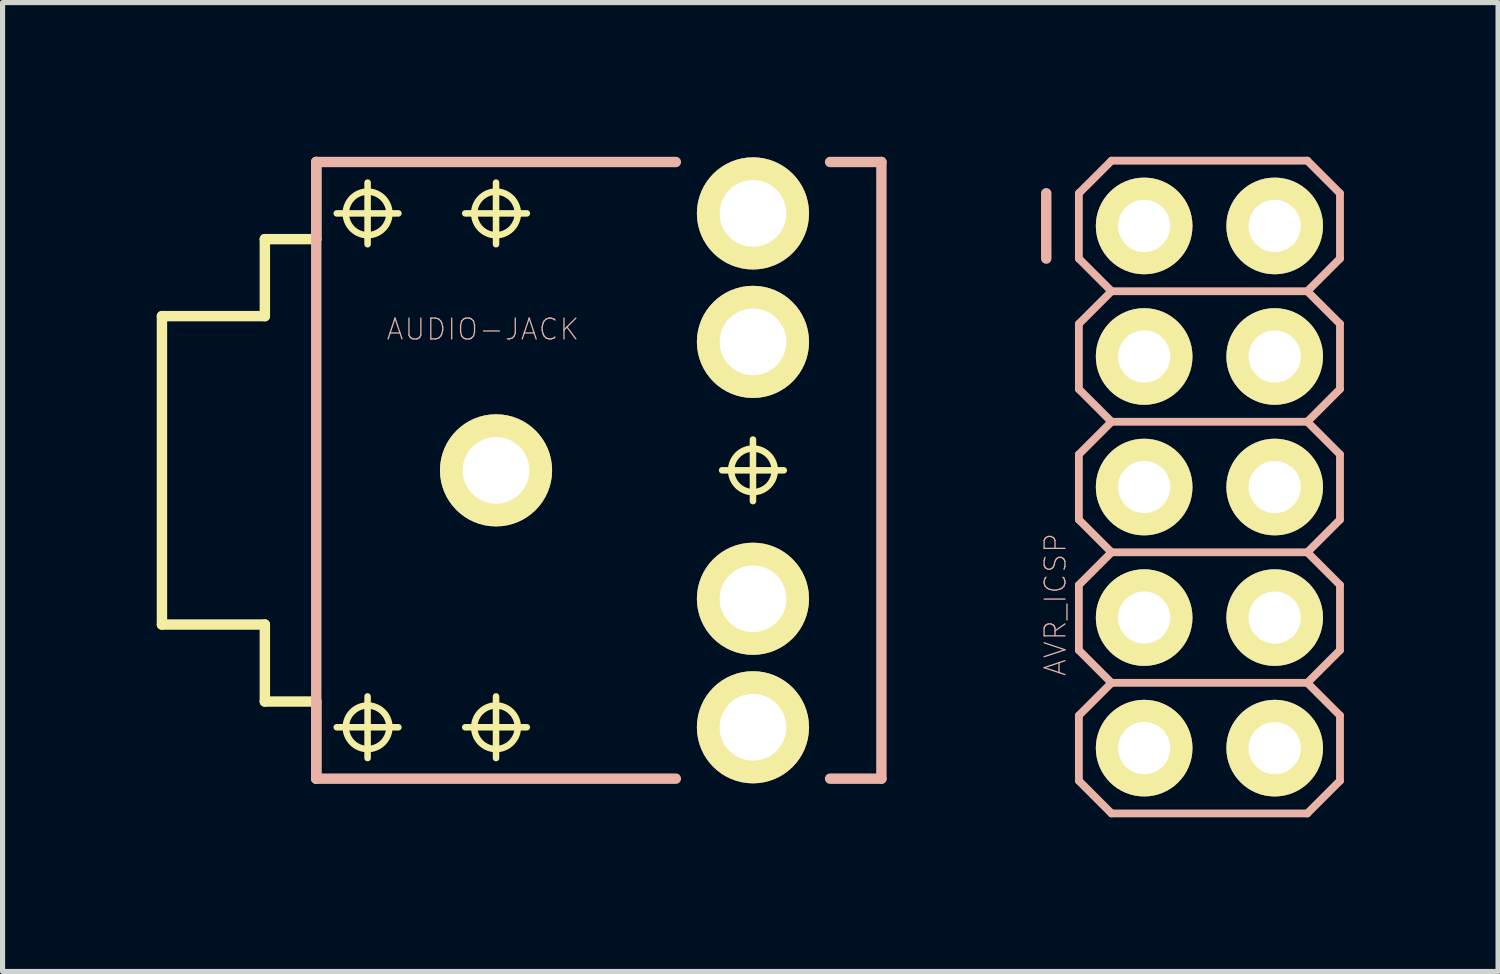
<source format=kicad_pcb>
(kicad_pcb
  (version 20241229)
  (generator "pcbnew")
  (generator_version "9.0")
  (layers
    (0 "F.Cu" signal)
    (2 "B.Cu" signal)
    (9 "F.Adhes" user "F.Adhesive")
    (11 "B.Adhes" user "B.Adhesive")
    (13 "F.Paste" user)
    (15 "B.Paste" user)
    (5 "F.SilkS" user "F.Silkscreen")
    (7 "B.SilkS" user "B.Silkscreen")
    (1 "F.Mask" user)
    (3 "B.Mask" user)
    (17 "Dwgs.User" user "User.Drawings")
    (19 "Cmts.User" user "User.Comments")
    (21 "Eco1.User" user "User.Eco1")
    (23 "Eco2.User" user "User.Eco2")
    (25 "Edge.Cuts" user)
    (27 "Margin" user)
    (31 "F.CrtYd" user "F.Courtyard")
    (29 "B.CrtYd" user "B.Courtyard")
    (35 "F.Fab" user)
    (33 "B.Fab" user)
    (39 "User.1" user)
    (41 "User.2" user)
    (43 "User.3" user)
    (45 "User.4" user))
  (footprint "AVR_ICSP"
    (layer "F.Cu")
    (at 20.481 6.426)
    (property "Reference" "AVR_ICSP" (at -2.997 2.286 90) (layer "B.SilkS") (effects (font (size 0.406 0.406) (thickness 0.025))))
    (attr exclude_from_pos_files exclude_from_bom)
    (fp_line (start -1.524 -5.334) (end -1.016 -5.334) (stroke (width 0.066) (type solid)) (layer "F.SilkS"))
    (fp_line (start -1.524 -4.826) (end -1.524 -5.334) (stroke (width 0.066) (type solid)) (layer "F.SilkS"))
    (fp_line (start -1.524 -4.826) (end -1.016 -4.826) (stroke (width 0.066) (type solid)) (layer "F.SilkS"))
    (fp_line (start -1.524 -2.794) (end -1.016 -2.794) (stroke (width 0.066) (type solid)) (layer "F.SilkS"))
    (fp_line (start -1.524 -2.286) (end -1.524 -2.794) (stroke (width 0.066) (type solid)) (layer "F.SilkS"))
    (fp_line (start -1.524 -2.286) (end -1.016 -2.286) (stroke (width 0.066) (type solid)) (layer "F.SilkS"))
    (fp_line (start -1.524 2.286) (end -1.016 2.286) (stroke (width 0.066) (type solid)) (layer "F.SilkS"))
    (fp_line (start -1.524 2.794) (end -1.524 2.286) (stroke (width 0.066) (type solid)) (layer "F.SilkS"))
    (fp_line (start -1.524 2.794) (end -1.016 2.794) (stroke (width 0.066) (type solid)) (layer "F.SilkS"))
    (fp_line (start -1.524 4.826) (end -1.016 4.826) (stroke (width 0.066) (type solid)) (layer "F.SilkS"))
    (fp_line (start -1.524 5.334) (end -1.524 4.826) (stroke (width 0.066) (type solid)) (layer "F.SilkS"))
    (fp_line (start -1.524 5.334) (end -1.016 5.334) (stroke (width 0.066) (type solid)) (layer "F.SilkS"))
    (fp_line (start -1.016 -4.826) (end -1.016 -5.334) (stroke (width 0.066) (type solid)) (layer "F.SilkS"))
    (fp_line (start -1.016 -2.286) (end -1.016 -2.794) (stroke (width 0.066) (type solid)) (layer "F.SilkS"))
    (fp_line (start -1.016 2.794) (end -1.016 2.286) (stroke (width 0.066) (type solid)) (layer "F.SilkS"))
    (fp_line (start -1.016 5.334) (end -1.016 4.826) (stroke (width 0.066) (type solid)) (layer "F.SilkS"))
    (fp_line (start 1.016 -5.334) (end 1.524 -5.334) (stroke (width 0.066) (type solid)) (layer "F.SilkS"))
    (fp_line (start 1.016 -4.826) (end 1.016 -5.334) (stroke (width 0.066) (type solid)) (layer "F.SilkS"))
    (fp_line (start 1.016 -4.826) (end 1.524 -4.826) (stroke (width 0.066) (type solid)) (layer "F.SilkS"))
    (fp_line (start 1.016 -2.794) (end 1.524 -2.794) (stroke (width 0.066) (type solid)) (layer "F.SilkS"))
    (fp_line (start 1.016 -2.286) (end 1.016 -2.794) (stroke (width 0.066) (type solid)) (layer "F.SilkS"))
    (fp_line (start 1.016 -2.286) (end 1.524 -2.286) (stroke (width 0.066) (type solid)) (layer "F.SilkS"))
    (fp_line (start 1.016 -0.254) (end 1.524 -0.254) (stroke (width 0.066) (type solid)) (layer "F.SilkS"))
    (fp_line (start 1.016 0.254) (end 1.016 -0.254) (stroke (width 0.066) (type solid)) (layer "F.SilkS"))
    (fp_line (start 1.016 0.254) (end 1.524 0.254) (stroke (width 0.066) (type solid)) (layer "F.SilkS"))
    (fp_line (start 1.016 2.286) (end 1.524 2.286) (stroke (width 0.066) (type solid)) (layer "F.SilkS"))
    (fp_line (start 1.016 2.794) (end 1.016 2.286) (stroke (width 0.066) (type solid)) (layer "F.SilkS"))
    (fp_line (start 1.016 2.794) (end 1.524 2.794) (stroke (width 0.066) (type solid)) (layer "F.SilkS"))
    (fp_line (start 1.016 4.826) (end 1.524 4.826) (stroke (width 0.066) (type solid)) (layer "F.SilkS"))
    (fp_line (start 1.016 5.334) (end 1.016 4.826) (stroke (width 0.066) (type solid)) (layer "F.SilkS"))
    (fp_line (start 1.016 5.334) (end 1.524 5.334) (stroke (width 0.066) (type solid)) (layer "F.SilkS"))
    (fp_line (start 1.524 -4.826) (end 1.524 -5.334) (stroke (width 0.066) (type solid)) (layer "F.SilkS"))
    (fp_line (start 1.524 -2.286) (end 1.524 -2.794) (stroke (width 0.066) (type solid)) (layer "F.SilkS"))
    (fp_line (start 1.524 0.254) (end 1.524 -0.254) (stroke (width 0.066) (type solid)) (layer "F.SilkS"))
    (fp_line (start 1.524 2.794) (end 1.524 2.286) (stroke (width 0.066) (type solid)) (layer "F.SilkS"))
    (fp_line (start 1.524 5.334) (end 1.524 4.826) (stroke (width 0.066) (type solid)) (layer "F.SilkS"))
    (fp_line (start -3.175 -5.715) (end -3.175 -4.445) (stroke (width 0.203) (type solid)) (layer "B.SilkS"))
    (fp_line (start -2.54 -5.715) (end -2.54 -4.445) (stroke (width 0.152) (type solid)) (layer "B.SilkS"))
    (fp_line (start -2.54 -4.445) (end -1.905 -3.81) (stroke (width 0.152) (type solid)) (layer "B.SilkS"))
    (fp_line (start -2.54 -3.175) (end -2.54 -1.905) (stroke (width 0.152) (type solid)) (layer "B.SilkS"))
    (fp_line (start -2.54 -1.905) (end -1.905 -1.27) (stroke (width 0.152) (type solid)) (layer "B.SilkS"))
    (fp_line (start -2.54 -0.635) (end -2.54 0.635) (stroke (width 0.152) (type solid)) (layer "B.SilkS"))
    (fp_line (start -2.54 0.635) (end -1.905 1.27) (stroke (width 0.152) (type solid)) (layer "B.SilkS"))
    (fp_line (start -2.54 1.905) (end -2.54 3.175) (stroke (width 0.152) (type solid)) (layer "B.SilkS"))
    (fp_line (start -2.54 3.175) (end -1.905 3.81) (stroke (width 0.152) (type solid)) (layer "B.SilkS"))
    (fp_line (start -2.54 4.445) (end -2.54 5.715) (stroke (width 0.152) (type solid)) (layer "B.SilkS"))
    (fp_line (start -2.54 5.715) (end -1.905 6.35) (stroke (width 0.152) (type solid)) (layer "B.SilkS"))
    (fp_line (start -1.905 -6.35) (end -2.54 -5.715) (stroke (width 0.152) (type solid)) (layer "B.SilkS"))
    (fp_line (start -1.905 -6.35) (end 1.905 -6.35) (stroke (width 0.152) (type solid)) (layer "B.SilkS"))
    (fp_line (start -1.905 -3.81) (end -2.54 -3.175) (stroke (width 0.152) (type solid)) (layer "B.SilkS"))
    (fp_line (start -1.905 -1.27) (end -2.54 -0.635) (stroke (width 0.152) (type solid)) (layer "B.SilkS"))
    (fp_line (start -1.905 1.27) (end -2.54 1.905) (stroke (width 0.152) (type solid)) (layer "B.SilkS"))
    (fp_line (start -1.905 3.81) (end -2.54 4.445) (stroke (width 0.152) (type solid)) (layer "B.SilkS"))
    (fp_line (start -1.524 -0.254) (end -1.016 -0.254) (stroke (width 0.066) (type solid)) (layer "B.SilkS"))
    (fp_line (start -1.524 0.254) (end -1.524 -0.254) (stroke (width 0.066) (type solid)) (layer "B.SilkS"))
    (fp_line (start -1.524 0.254) (end -1.016 0.254) (stroke (width 0.066) (type solid)) (layer "B.SilkS"))
    (fp_line (start -1.016 0.254) (end -1.016 -0.254) (stroke (width 0.066) (type solid)) (layer "B.SilkS"))
    (fp_line (start 1.905 -6.35) (end 2.54 -5.715) (stroke (width 0.152) (type solid)) (layer "B.SilkS"))
    (fp_line (start 1.905 -3.81) (end -1.905 -3.81) (stroke (width 0.152) (type solid)) (layer "B.SilkS"))
    (fp_line (start 1.905 -3.81) (end 2.54 -3.175) (stroke (width 0.152) (type solid)) (layer "B.SilkS"))
    (fp_line (start 1.905 -1.27) (end -1.905 -1.27) (stroke (width 0.152) (type solid)) (layer "B.SilkS"))
    (fp_line (start 1.905 -1.27) (end 2.54 -0.635) (stroke (width 0.152) (type solid)) (layer "B.SilkS"))
    (fp_line (start 1.905 1.27) (end -1.905 1.27) (stroke (width 0.152) (type solid)) (layer "B.SilkS"))
    (fp_line (start 1.905 1.27) (end 2.54 1.905) (stroke (width 0.152) (type solid)) (layer "B.SilkS"))
    (fp_line (start 1.905 3.81) (end -1.905 3.81) (stroke (width 0.152) (type solid)) (layer "B.SilkS"))
    (fp_line (start 1.905 3.81) (end 2.54 4.445) (stroke (width 0.152) (type solid)) (layer "B.SilkS"))
    (fp_line (start 1.905 6.35) (end -1.905 6.35) (stroke (width 0.152) (type solid)) (layer "B.SilkS"))
    (fp_line (start 2.54 -5.715) (end 2.54 -4.445) (stroke (width 0.152) (type solid)) (layer "B.SilkS"))
    (fp_line (start 2.54 -4.445) (end 1.905 -3.81) (stroke (width 0.152) (type solid)) (layer "B.SilkS"))
    (fp_line (start 2.54 -3.175) (end 2.54 -1.905) (stroke (width 0.152) (type solid)) (layer "B.SilkS"))
    (fp_line (start 2.54 -1.905) (end 1.905 -1.27) (stroke (width 0.152) (type solid)) (layer "B.SilkS"))
    (fp_line (start 2.54 -0.635) (end 2.54 0.635) (stroke (width 0.152) (type solid)) (layer "B.SilkS"))
    (fp_line (start 2.54 0.635) (end 1.905 1.27) (stroke (width 0.152) (type solid)) (layer "B.SilkS"))
    (fp_line (start 2.54 1.905) (end 2.54 3.175) (stroke (width 0.152) (type solid)) (layer "B.SilkS"))
    (fp_line (start 2.54 3.175) (end 1.905 3.81) (stroke (width 0.152) (type solid)) (layer "B.SilkS"))
    (fp_line (start 2.54 4.445) (end 2.54 5.715) (stroke (width 0.152) (type solid)) (layer "B.SilkS"))
    (fp_line (start 2.54 5.715) (end 1.905 6.35) (stroke (width 0.152) (type solid)) (layer "B.SilkS"))
    (pad "1" thru_hole circle (at -1.27 -5.08) (size 1.88 1.88) (drill 1.016) (layers "*.Cu" "F.Mask" "F.SilkS" "F.Paste"))
    (pad "2" thru_hole circle (at 1.27 -5.08) (size 1.88 1.88) (drill 1.016) (layers "*.Cu" "F.Mask" "F.SilkS" "F.Paste"))
    (pad "3" thru_hole circle (at -1.27 -2.54) (size 1.88 1.88) (drill 1.016) (layers "*.Cu" "F.Mask" "F.SilkS" "F.Paste"))
    (pad "4" thru_hole circle (at 1.27 -2.54) (size 1.88 1.88) (drill 1.016) (layers "*.Cu" "F.Mask" "F.SilkS" "F.Paste"))
    (pad "5" thru_hole circle (at -1.27 0) (size 1.88 1.88) (drill 1.016) (layers "*.Cu" "F.Mask" "F.SilkS" "F.Paste"))
    (pad "6" thru_hole circle (at 1.27 0) (size 1.88 1.88) (drill 1.016) (layers "*.Cu" "F.Mask" "F.SilkS" "F.Paste"))
    (pad "7" thru_hole circle (at -1.27 2.54) (size 1.88 1.88) (drill 1.016) (layers "*.Cu" "F.Mask" "F.SilkS" "F.Paste"))
    (pad "8" thru_hole circle (at 1.27 2.54) (size 1.88 1.88) (drill 1.016) (layers "*.Cu" "F.Mask" "F.SilkS" "F.Paste"))
    (pad "9" thru_hole circle (at -1.27 5.08) (size 1.88 1.88) (drill 1.016) (layers "*.Cu" "F.Mask" "F.SilkS" "F.Paste"))
    (pad "10" thru_hole circle (at 1.27 5.08) (size 1.88 1.88) (drill 1.016) (layers "*.Cu" "F.Mask" "F.SilkS" "F.Paste")))
  (footprint "AUDIO-JACK"
    (layer "F.Cu")
    (at 6.601 6.101)
    (property "Reference" "AUDIO-JACK" (at -0.254 -2.743 0) (layer "B.SilkS") (effects (font (size 0.406 0.406) (thickness 0.025))))
    (attr exclude_from_pos_files exclude_from_bom)
    (fp_line (start -6.5 -3) (end -6.5 3) (stroke (width 0.203) (type solid)) (layer "F.SilkS"))
    (fp_line (start -6.5 -3) (end -4.498 -3) (stroke (width 0.203) (type solid)) (layer "F.SilkS"))
    (fp_line (start -6.5 3) (end -4.498 3) (stroke (width 0.203) (type solid)) (layer "F.SilkS"))
    (fp_line (start -4.498 -4.498) (end -4.498 -3) (stroke (width 0.203) (type solid)) (layer "F.SilkS"))
    (fp_line (start -4.498 -4.498) (end -3.498 -4.498) (stroke (width 0.203) (type solid)) (layer "F.SilkS"))
    (fp_line (start -4.498 3) (end -4.498 4.498) (stroke (width 0.203) (type solid)) (layer "F.SilkS"))
    (fp_line (start -4.498 4.498) (end -3.498 4.498) (stroke (width 0.203) (type solid)) (layer "F.SilkS"))
    (fp_line (start -3.498 -5.999) (end -3.498 -4.498) (stroke (width 0.203) (type solid)) (layer "F.SilkS"))
    (fp_line (start -3.498 4.498) (end -3.498 5.999) (stroke (width 0.203) (type solid)) (layer "F.SilkS"))
    (fp_line (start -3.099 -4.999) (end -1.9 -4.999) (stroke (width 0.127) (type solid)) (layer "F.SilkS"))
    (fp_line (start -3.099 4.999) (end -1.9 4.999) (stroke (width 0.127) (type solid)) (layer "F.SilkS"))
    (fp_line (start -2.499 -4.399) (end -2.499 -5.598) (stroke (width 0.127) (type solid)) (layer "F.SilkS"))
    (fp_line (start -2.499 5.598) (end -2.499 4.399) (stroke (width 0.127) (type solid)) (layer "F.SilkS"))
    (fp_line (start -0.599 -4.999) (end 0.599 -4.999) (stroke (width 0.127) (type solid)) (layer "F.SilkS"))
    (fp_line (start -0.599 4.999) (end 0.599 4.999) (stroke (width 0.127) (type solid)) (layer "F.SilkS"))
    (fp_line (start 0 -4.399) (end 0 -5.598) (stroke (width 0.127) (type solid)) (layer "F.SilkS"))
    (fp_line (start 0 5.598) (end 0 4.399) (stroke (width 0.127) (type solid)) (layer "F.SilkS"))
    (fp_line (start 4.399 0) (end 5.598 0) (stroke (width 0.127) (type solid)) (layer "F.SilkS"))
    (fp_line (start 4.999 0.599) (end 4.999 -0.599) (stroke (width 0.127) (type solid)) (layer "F.SilkS"))
    (fp_circle (center -2.499 -4.999) (end -2.799 -5.298) (stroke (width 0.127) (type solid)) (fill no) (layer "F.SilkS"))
    (fp_circle (center -2.499 4.999) (end -2.799 5.298) (stroke (width 0.127) (type solid)) (fill no) (layer "F.SilkS"))
    (fp_circle (center 0 -4.999) (end -0.3 -5.298) (stroke (width 0.127) (type solid)) (fill no) (layer "F.SilkS"))
    (fp_circle (center 0 4.999) (end -0.3 5.298) (stroke (width 0.127) (type solid)) (fill no) (layer "F.SilkS"))
    (fp_circle (center 4.999 0) (end 5.298 0.3) (stroke (width 0.127) (type solid)) (fill no) (layer "F.SilkS"))
    (fp_line (start -3.498 -5.999) (end -3.498 5.999) (stroke (width 0.203) (type solid)) (layer "B.SilkS"))
    (fp_line (start -3.498 -5.999) (end 3.498 -5.999) (stroke (width 0.203) (type solid)) (layer "B.SilkS"))
    (fp_line (start -3.498 5.999) (end 3.498 5.999) (stroke (width 0.203) (type solid)) (layer "B.SilkS"))
    (fp_line (start 7.498 -5.999) (end 6.5 -5.999) (stroke (width 0.203) (type solid)) (layer "B.SilkS"))
    (fp_line (start 7.498 -5.999) (end 7.498 5.999) (stroke (width 0.203) (type solid)) (layer "B.SilkS"))
    (fp_line (start 7.498 5.999) (end 6.5 5.999) (stroke (width 0.203) (type solid)) (layer "B.SilkS"))
    (pad "RING" thru_hole circle (at 4.999 -4.999) (size 2.182 2.182) (drill 1.298) (layers "*.Cu" "F.Mask" "F.SilkS" "F.Paste"))
    (pad "RSH" thru_hole circle (at 4.999 -2.499) (size 2.182 2.182) (drill 1.298) (layers "*.Cu" "F.Mask" "F.SilkS" "F.Paste"))
    (pad "SLEE" thru_hole circle (at 0 0) (size 2.182 2.182) (drill 1.298) (layers "*.Cu" "F.Mask" "F.SilkS" "F.Paste"))
    (pad "TIP" thru_hole circle (at 4.999 4.999) (size 2.182 2.182) (drill 1.298) (layers "*.Cu" "F.Mask" "F.SilkS" "F.Paste"))
    (pad "TSH" thru_hole circle (at 4.999 2.499) (size 2.182 2.182) (drill 1.298) (layers "*.Cu" "F.Mask" "F.SilkS" "F.Paste")))
  (gr_rect
    (start -3 -3)
    (end 26.097 15.852)
    (stroke (width 0.1) (type default))
    (fill no)
    (layer "Edge.Cuts")))
</source>
